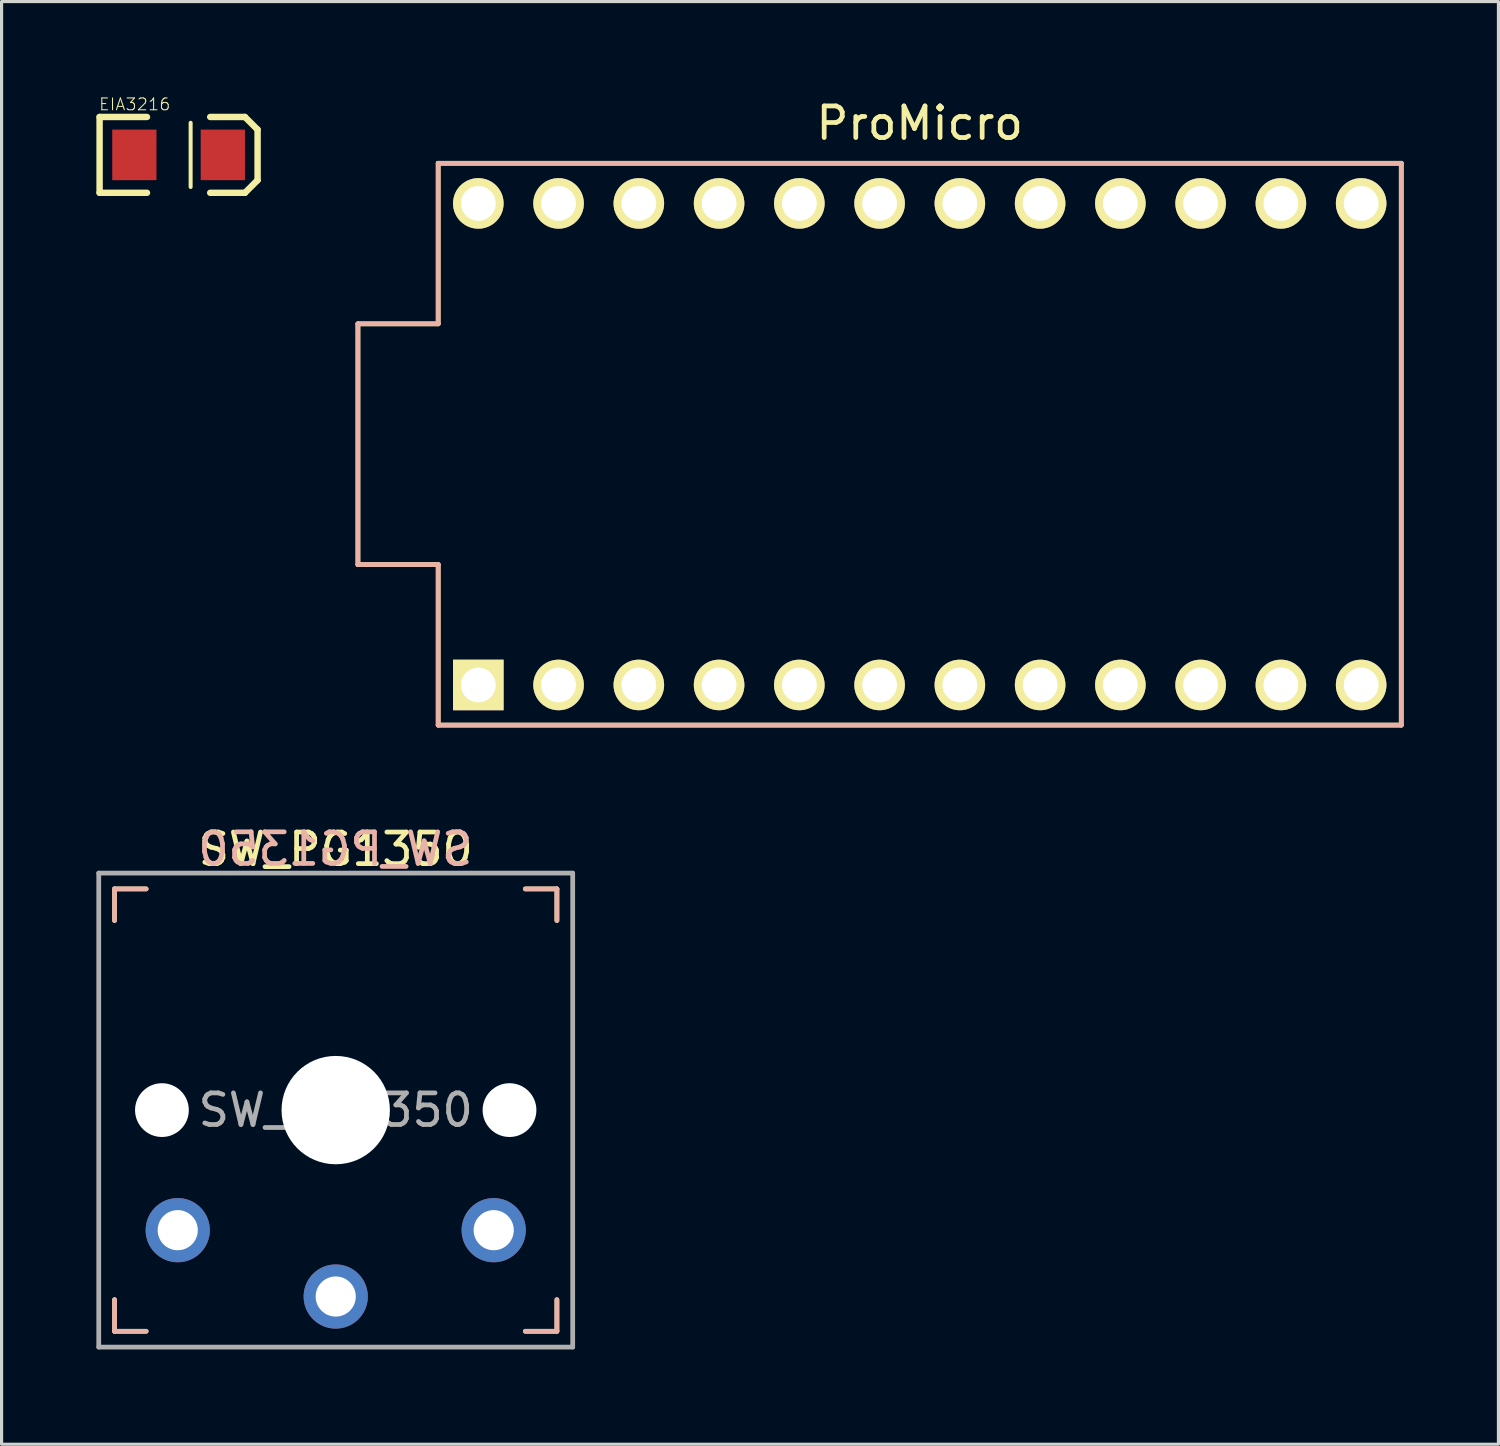
<source format=kicad_pcb>
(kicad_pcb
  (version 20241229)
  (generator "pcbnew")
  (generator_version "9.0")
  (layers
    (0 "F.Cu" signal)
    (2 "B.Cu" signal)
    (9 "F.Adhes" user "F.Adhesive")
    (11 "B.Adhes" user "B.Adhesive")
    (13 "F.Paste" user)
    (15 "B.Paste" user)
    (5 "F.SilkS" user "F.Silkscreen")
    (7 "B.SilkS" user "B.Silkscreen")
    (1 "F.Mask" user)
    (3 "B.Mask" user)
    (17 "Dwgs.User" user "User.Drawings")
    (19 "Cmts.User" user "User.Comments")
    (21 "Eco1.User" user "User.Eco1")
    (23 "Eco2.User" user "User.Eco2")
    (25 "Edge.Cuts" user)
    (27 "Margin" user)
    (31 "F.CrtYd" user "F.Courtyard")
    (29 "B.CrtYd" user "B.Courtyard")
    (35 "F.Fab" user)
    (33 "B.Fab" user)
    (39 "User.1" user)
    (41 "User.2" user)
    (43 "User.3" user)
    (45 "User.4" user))
  (footprint "ProMicro"
    (layer "F.Cu")
    (at 26.058 11.008)
    (property "Reference" "ProMicro" (at 0 -10.16 180) (layer "F.SilkS") (effects (font (size 1 1) (thickness 0.15))))
    (attr through_hole)
    (fp_line (start -17.78 -3.81) (end -15.24 -3.81) (stroke (width 0.15) (type solid)) (layer "F.SilkS"))
    (fp_line (start -17.78 3.81) (end -17.78 -3.81) (stroke (width 0.15) (type solid)) (layer "F.SilkS"))
    (fp_line (start -15.24 -8.89) (end 15.24 -8.89) (stroke (width 0.15) (type solid)) (layer "F.SilkS"))
    (fp_line (start -15.24 -3.81) (end -15.24 -8.89) (stroke (width 0.15) (type solid)) (layer "F.SilkS"))
    (fp_line (start -15.24 3.81) (end -17.78 3.81) (stroke (width 0.15) (type solid)) (layer "F.SilkS"))
    (fp_line (start -15.24 8.89) (end -15.24 3.81) (stroke (width 0.15) (type solid)) (layer "F.SilkS"))
    (fp_line (start -15.24 8.89) (end 15.24 8.89) (stroke (width 0.15) (type solid)) (layer "F.SilkS"))
    (fp_line (start 15.24 -8.89) (end 15.24 8.89) (stroke (width 0.15) (type solid)) (layer "F.SilkS"))
    (fp_line (start -17.78 -3.81) (end -15.24 -3.81) (stroke (width 0.15) (type solid)) (layer "B.SilkS"))
    (fp_line (start -17.78 3.81) (end -17.78 -3.81) (stroke (width 0.15) (type solid)) (layer "B.SilkS"))
    (fp_line (start -15.24 -8.89) (end 15.24 -8.89) (stroke (width 0.15) (type solid)) (layer "B.SilkS"))
    (fp_line (start -15.24 -3.81) (end -15.24 -8.89) (stroke (width 0.15) (type solid)) (layer "B.SilkS"))
    (fp_line (start -15.24 3.81) (end -17.78 3.81) (stroke (width 0.15) (type solid)) (layer "B.SilkS"))
    (fp_line (start -15.24 8.89) (end -15.24 3.81) (stroke (width 0.15) (type solid)) (layer "B.SilkS"))
    (fp_line (start 15.24 -8.89) (end 15.24 8.89) (stroke (width 0.15) (type solid)) (layer "B.SilkS"))
    (fp_line (start 15.24 8.89) (end -15.24 8.89) (stroke (width 0.15) (type solid)) (layer "B.SilkS"))
    (pad "1" thru_hole rect (at -13.97 7.62) (size 1.6 1.6) (drill 1.1) (layers "*.Cu" "*.Mask" "F.SilkS"))
    (pad "2" thru_hole circle (at -11.43 7.62) (size 1.6 1.6) (drill 1.1) (layers "*.Cu" "*.Mask" "F.SilkS"))
    (pad "3" thru_hole circle (at -8.89 7.62) (size 1.6 1.6) (drill 1.1) (layers "*.Cu" "*.Mask" "F.SilkS"))
    (pad "4" thru_hole circle (at -6.35 7.62) (size 1.6 1.6) (drill 1.1) (layers "*.Cu" "*.Mask" "F.SilkS"))
    (pad "5" thru_hole circle (at -3.81 7.62) (size 1.6 1.6) (drill 1.1) (layers "*.Cu" "*.Mask" "F.SilkS"))
    (pad "6" thru_hole circle (at -1.27 7.62) (size 1.6 1.6) (drill 1.1) (layers "*.Cu" "*.Mask" "F.SilkS"))
    (pad "7" thru_hole circle (at 1.27 7.62) (size 1.6 1.6) (drill 1.1) (layers "*.Cu" "*.Mask" "F.SilkS"))
    (pad "8" thru_hole circle (at 3.81 7.62) (size 1.6 1.6) (drill 1.1) (layers "*.Cu" "*.Mask" "F.SilkS"))
    (pad "9" thru_hole circle (at 6.35 7.62) (size 1.6 1.6) (drill 1.1) (layers "*.Cu" "*.Mask" "F.SilkS"))
    (pad "10" thru_hole circle (at 8.89 7.62) (size 1.6 1.6) (drill 1.1) (layers "*.Cu" "*.Mask" "F.SilkS"))
    (pad "11" thru_hole circle (at 11.43 7.62) (size 1.6 1.6) (drill 1.1) (layers "*.Cu" "*.Mask" "F.SilkS"))
    (pad "12" thru_hole circle (at 13.97 7.62) (size 1.6 1.6) (drill 1.1) (layers "*.Cu" "*.Mask" "F.SilkS"))
    (pad "13" thru_hole circle (at 13.97 -7.62) (size 1.6 1.6) (drill 1.1) (layers "*.Cu" "*.Mask" "F.SilkS"))
    (pad "14" thru_hole circle (at 11.43 -7.62) (size 1.6 1.6) (drill 1.1) (layers "*.Cu" "*.Mask" "F.SilkS"))
    (pad "15" thru_hole circle (at 8.89 -7.62) (size 1.6 1.6) (drill 1.1) (layers "*.Cu" "*.Mask" "F.SilkS"))
    (pad "16" thru_hole circle (at 6.35 -7.62) (size 1.6 1.6) (drill 1.1) (layers "*.Cu" "*.Mask" "F.SilkS"))
    (pad "17" thru_hole circle (at 3.81 -7.62) (size 1.6 1.6) (drill 1.1) (layers "*.Cu" "*.Mask" "F.SilkS"))
    (pad "18" thru_hole circle (at 1.27 -7.62) (size 1.6 1.6) (drill 1.1) (layers "*.Cu" "*.Mask" "F.SilkS"))
    (pad "19" thru_hole circle (at -1.27 -7.62) (size 1.6 1.6) (drill 1.1) (layers "*.Cu" "*.Mask" "F.SilkS"))
    (pad "20" thru_hole circle (at -3.81 -7.62) (size 1.6 1.6) (drill 1.1) (layers "*.Cu" "*.Mask" "F.SilkS"))
    (pad "21" thru_hole circle (at -6.35 -7.62) (size 1.6 1.6) (drill 1.1) (layers "*.Cu" "*.Mask" "F.SilkS"))
    (pad "22" thru_hole circle (at -8.89 -7.62) (size 1.6 1.6) (drill 1.1) (layers "*.Cu" "*.Mask" "F.SilkS"))
    (pad "23" thru_hole circle (at -11.43 -7.62) (size 1.6 1.6) (drill 1.1) (layers "*.Cu" "*.Mask" "F.SilkS"))
    (pad "24" thru_hole circle (at -13.97 -7.62) (size 1.6 1.6) (drill 1.1) (layers "*.Cu" "*.Mask" "F.SilkS")))
  (footprint "SW_PG1350"
    (layer "F.Cu")
    (at 7.575 32.083)
    (property "Reference" "SW_PG1350" (at 0 -8.255 0) (layer "F.SilkS") (effects (font (size 1 1) (thickness 0.15))))
    (fp_line (start -7 -6) (end -7 -7) (stroke (width 0.15) (type solid)) (layer "F.SilkS"))
    (fp_line (start -7 7) (end -7 6) (stroke (width 0.15) (type solid)) (layer "F.SilkS"))
    (fp_line (start -7 7) (end -6 7) (stroke (width 0.15) (type solid)) (layer "F.SilkS"))
    (fp_line (start -6 -7) (end -7 -7) (stroke (width 0.15) (type solid)) (layer "F.SilkS"))
    (fp_line (start 6 7) (end 7 7) (stroke (width 0.15) (type solid)) (layer "F.SilkS"))
    (fp_line (start 7 -7) (end 6 -7) (stroke (width 0.15) (type solid)) (layer "F.SilkS"))
    (fp_line (start 7 -7) (end 7 -6) (stroke (width 0.15) (type solid)) (layer "F.SilkS"))
    (fp_line (start 7 6) (end 7 7) (stroke (width 0.15) (type solid)) (layer "F.SilkS"))
    (fp_line (start -7 -7) (end -7 -6) (stroke (width 0.15) (type solid)) (layer "B.SilkS"))
    (fp_line (start -7 -7) (end -6 -7) (stroke (width 0.15) (type solid)) (layer "B.SilkS"))
    (fp_line (start -7 6) (end -7 7) (stroke (width 0.15) (type solid)) (layer "B.SilkS"))
    (fp_line (start -6 7) (end -7 7) (stroke (width 0.15) (type solid)) (layer "B.SilkS"))
    (fp_line (start 6 -7) (end 7 -7) (stroke (width 0.15) (type solid)) (layer "B.SilkS"))
    (fp_line (start 7 -6) (end 7 -7) (stroke (width 0.15) (type solid)) (layer "B.SilkS"))
    (fp_line (start 7 7) (end 6 7) (stroke (width 0.15) (type solid)) (layer "B.SilkS"))
    (fp_line (start 7 7) (end 7 6) (stroke (width 0.15) (type solid)) (layer "B.SilkS"))
    (fp_line (start -6.9 6.9) (end -6.9 -6.9) (stroke (width 0.15) (type solid)) (layer "Eco2.User"))
    (fp_line (start -6.9 6.9) (end 6.9 6.9) (stroke (width 0.15) (type solid)) (layer "Eco2.User"))
    (fp_line (start -2.6 -3.1) (end -2.6 -6.3) (stroke (width 0.15) (type solid)) (layer "Eco2.User"))
    (fp_line (start -2.6 -3.1) (end 2.6 -3.1) (stroke (width 0.15) (type solid)) (layer "Eco2.User"))
    (fp_line (start 2.6 -6.3) (end -2.6 -6.3) (stroke (width 0.15) (type solid)) (layer "Eco2.User"))
    (fp_line (start 2.6 -3.1) (end 2.6 -6.3) (stroke (width 0.15) (type solid)) (layer "Eco2.User"))
    (fp_line (start 6.9 -6.9) (end -6.9 -6.9) (stroke (width 0.15) (type solid)) (layer "Eco2.User"))
    (fp_line (start 6.9 -6.9) (end 6.9 6.9) (stroke (width 0.15) (type solid)) (layer "Eco2.User"))
    (fp_line (start -7.5 -7.5) (end 7.5 -7.5) (stroke (width 0.15) (type solid)) (layer "F.Fab"))
    (fp_line (start -7.5 7.5) (end -7.5 -7.5) (stroke (width 0.15) (type solid)) (layer "F.Fab"))
    (fp_line (start 7.5 -7.5) (end 7.5 7.5) (stroke (width 0.15) (type solid)) (layer "F.Fab"))
    (fp_line (start 7.5 7.5) (end -7.5 7.5) (stroke (width 0.15) (type solid)) (layer "F.Fab"))
    (fp_text user "${REFERENCE}" (at -0.011 -8.262 0) (layer "B.SilkS") (effects (font (size 1 1) (thickness 0.15)) (justify mirror)))
    (fp_text user "${REFERENCE}" (at 0 0 0) (layer "F.Fab") (effects (font (size 1 1) (thickness 0.15))))
    (fp_text user "Backside" (at 7.8 2.2 0) (layer "User.1") (effects (font (size 1 1) (thickness 0.15))))
    (pad "" np_thru_hole circle (at -5.5 0) (size 1.702 1.702) (drill 1.702) (layers "*.Cu" "*.Mask"))
    (pad "" np_thru_hole circle (at 0 0) (size 3.429 3.429) (drill 3.429) (layers "*.Cu" "*.Mask"))
    (pad "" np_thru_hole circle (at 5.5 0) (size 1.702 1.702) (drill 1.702) (layers "*.Cu" "*.Mask"))
    (pad "1" thru_hole circle (at 0 5.9) (size 2.032 2.032) (drill 1.27) (layers "*.Cu" "*.Mask"))
    (pad "2" thru_hole circle (at -5 3.8) (size 2.032 2.032) (drill 1.27) (layers "*.Cu" "*.Mask"))
    (pad "2" thru_hole circle (at 5 3.8) (size 2.032 2.032) (drill 1.27) (layers "*.Cu" "*.Mask")))
  (footprint "EIA3216"
    (layer "F.Cu")
    (at 2.602 1.852)
    (property "Reference" "EIA3216" (at -2.54 -1.381 0) (layer "F.SilkS") (effects (font (size 0.374 0.374) (thickness 0.033)) (justify left bottom)))
    (fp_line (start -2.5 -1.2) (end -1 -1.2) (stroke (width 0.203) (type solid)) (layer "F.SilkS"))
    (fp_line (start -2.5 1.2) (end -2.5 -1.2) (stroke (width 0.203) (type solid)) (layer "F.SilkS"))
    (fp_line (start -1 1.2) (end -2.5 1.2) (stroke (width 0.203) (type solid)) (layer "F.SilkS"))
    (fp_line (start 0.381 -1.016) (end 0.381 1.016) (stroke (width 0.127) (type solid)) (layer "F.SilkS"))
    (fp_line (start 1 1.2) (end 2.1 1.2) (stroke (width 0.203) (type solid)) (layer "F.SilkS"))
    (fp_line (start 2.1 -1.2) (end 1 -1.2) (stroke (width 0.203) (type solid)) (layer "F.SilkS"))
    (fp_line (start 2.1 1.2) (end 2.5 0.8) (stroke (width 0.203) (type solid)) (layer "F.SilkS"))
    (fp_line (start 2.5 -0.8) (end 2.1 -1.2) (stroke (width 0.203) (type solid)) (layer "F.SilkS"))
    (fp_line (start 2.5 0.8) (end 2.5 -0.8) (stroke (width 0.203) (type solid)) (layer "F.SilkS"))
    (pad "A" smd rect (at 1.4 0 90) (size 1.6 1.4) (layers "F.Cu" "F.Mask" "F.Paste"))
    (pad "C" smd rect (at -1.4 0 90) (size 1.6 1.4) (layers "F.Cu" "F.Mask" "F.Paste")))
  (gr_rect
    (start -3 -3)
    (end 44.373 42.658)
    (stroke (width 0.1) (type default))
    (fill no)
    (layer "Edge.Cuts")))
</source>
